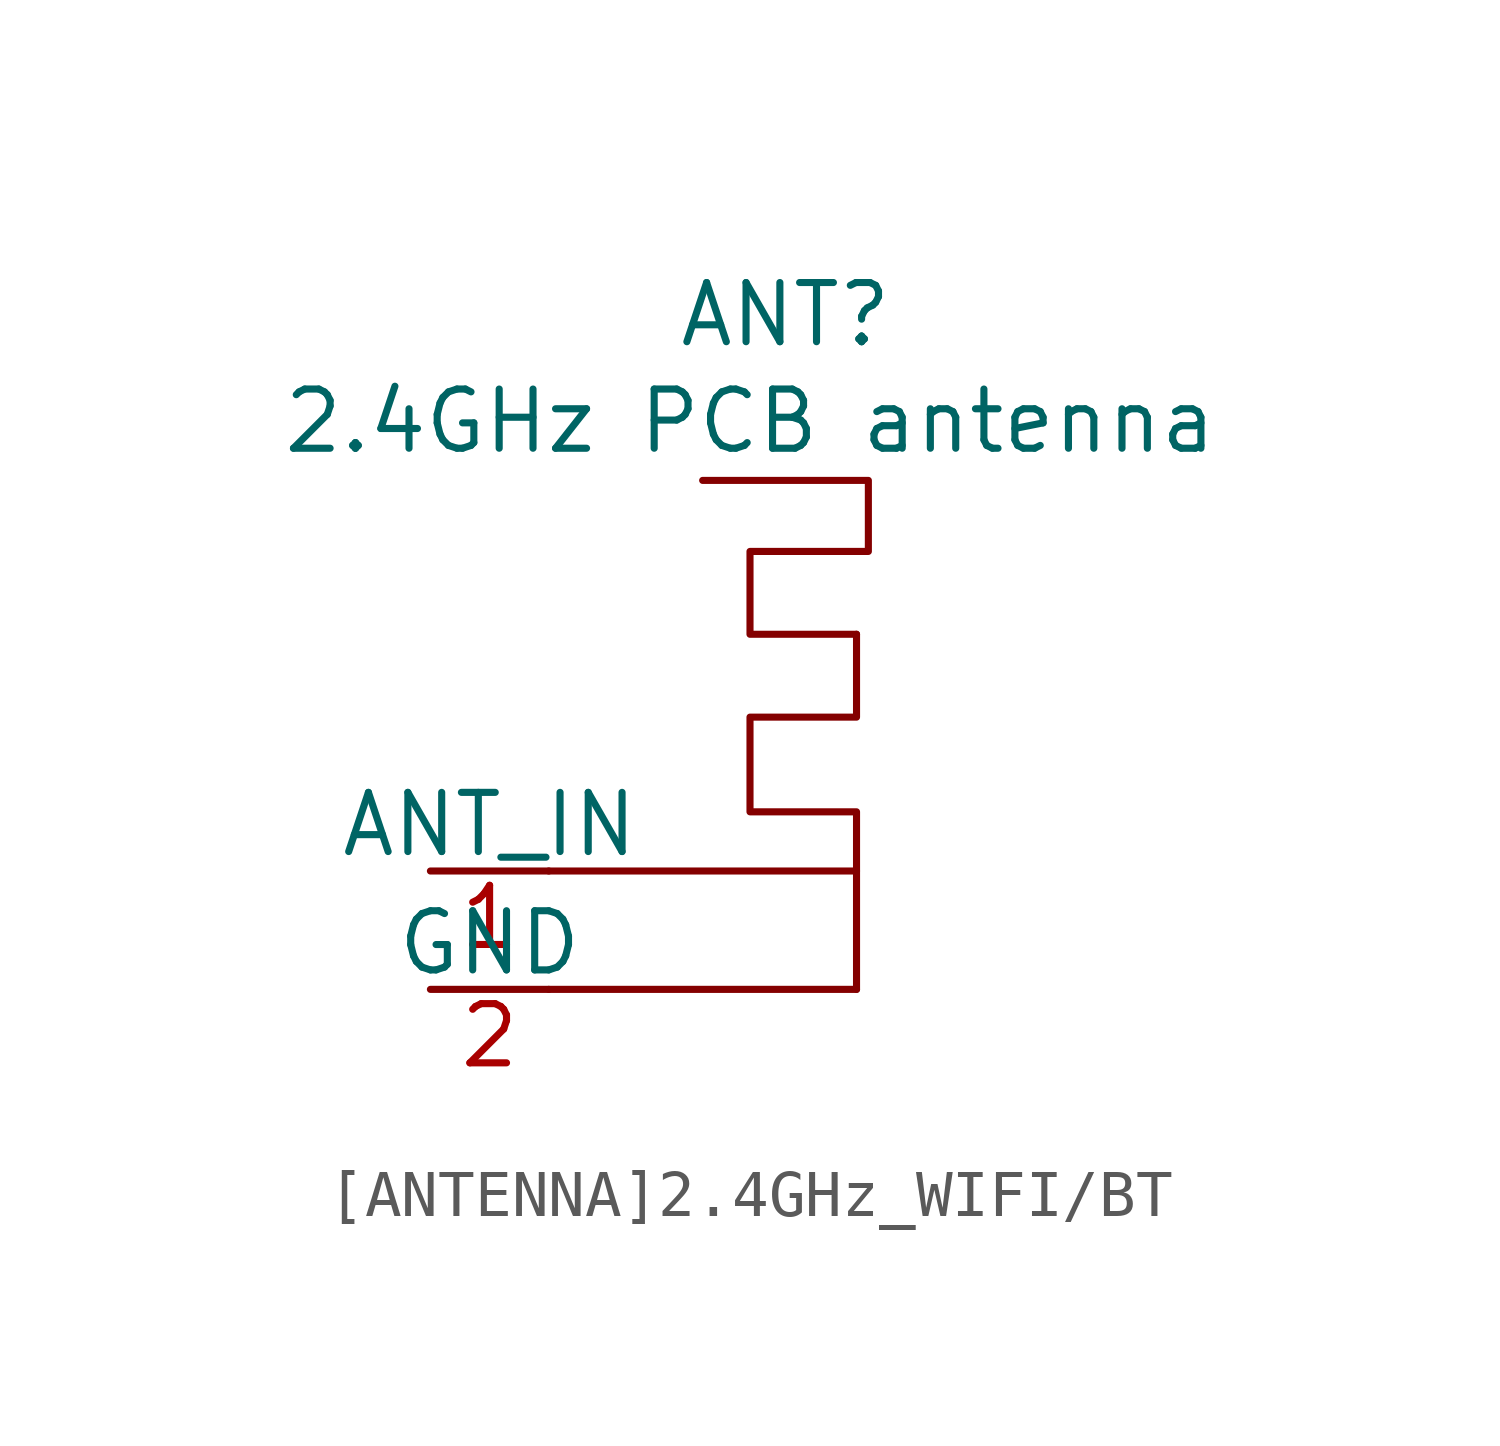
<source format=kicad_sym>
(kicad_symbol_lib
  (version 20231120)
  (generator "kicad_symbol_editor")
  (generator_version "8.0")
  (symbol "[ANTENNA]2.4GHz_WIFI/BT"
    (pin_names
      (offset 0))
    (property "Reference" "ANT"
      (at 0 9.398 0)
      (effects (font (size 1.27 1.27))))
    (property "Value" "2.4GHz PCB antenna"
      (at -0.762 7.112 0)
      (effects (font (size 1.27 1.27))))
    (symbol "[ANTENNA]2.4GHz_WIFI/BT_0_1"
      (polyline (pts (xy -5.08 -5.08) (xy 1.27 -5.08) (xy 1.524 -5.08)) (stroke (width 0) (type default)) (fill (type none)))
      (polyline (pts (xy -5.08 -2.54) (xy 1.27 -2.54) (xy 1.524 -2.54)) (stroke (width 0) (type default)) (fill (type none)))
      (polyline (pts (xy 1.524 -5.08) (xy 1.524 -1.27) (xy -0.762 -1.27) (xy -0.762 0.762) (xy 1.524 0.762) (xy 1.524 2.54)) (stroke (width 0) (type default)) (fill (type none)))
      (polyline (pts (xy 1.524 2.54) (xy -0.762 2.54) (xy -0.762 4.318) (xy 1.778 4.318) (xy 1.778 5.842) (xy -1.778 5.842)) (stroke (width 0) (type default)) (fill (type none))))
    (symbol "[ANTENNA]2.4GHz_WIFI/BT_1_1"
      (pin passive line (at -7.62 -2.54 0) (length 2.54) (name "ANT_IN" (effects (font (size 1.27 1.27)))) (number "1" (effects (font (size 1.27 1.27)))))
      (pin passive line (at -7.62 -5.08 0) (length 2.54) (name "GND" (effects (font (size 1.27 1.27)))) (number "2" (effects (font (size 1.27 1.27))))))))
</source>
